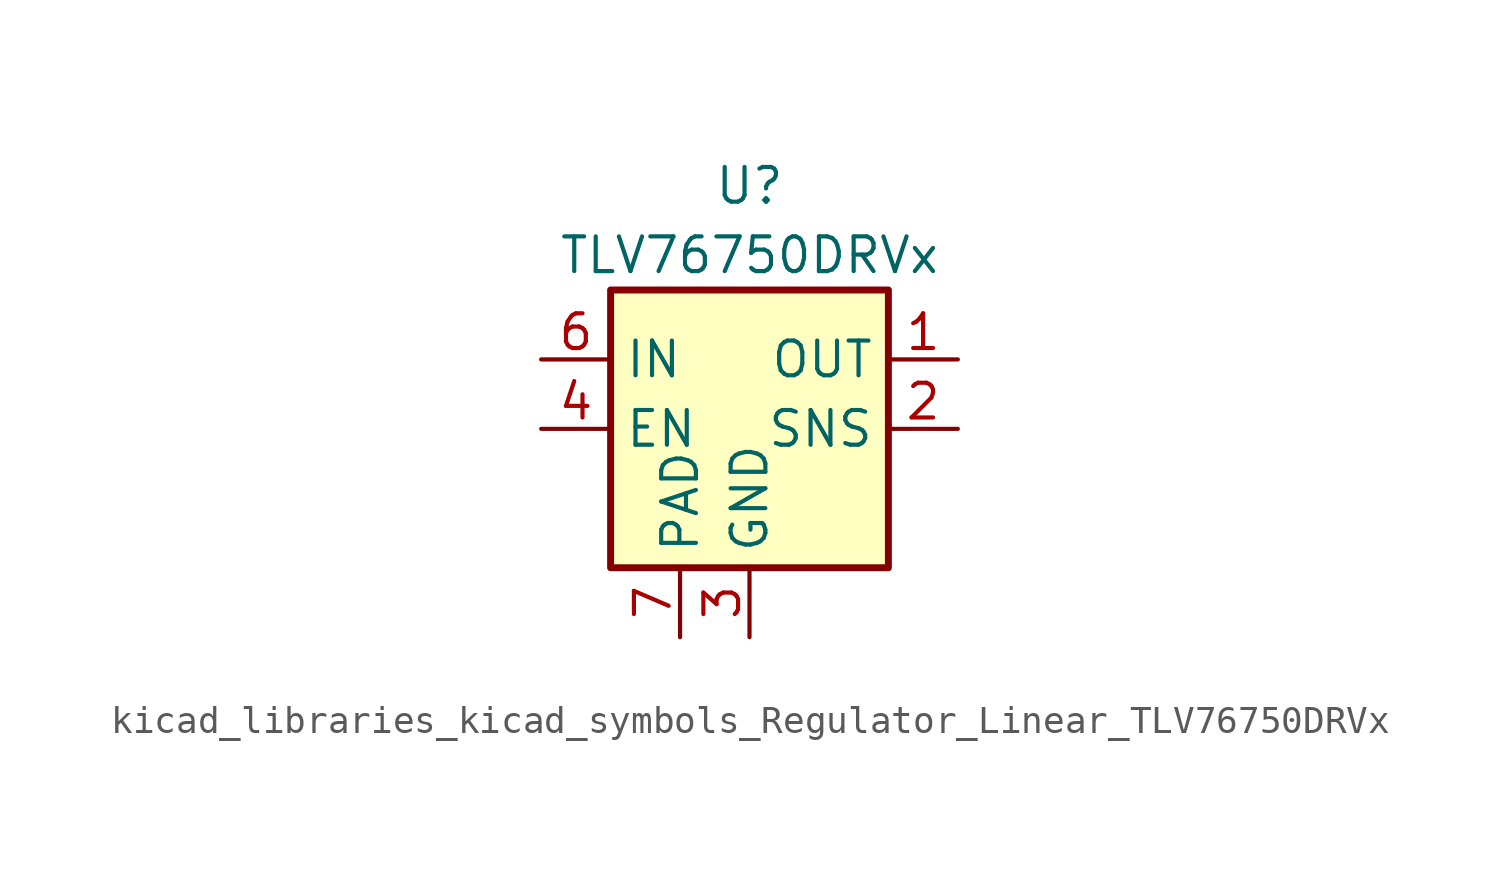
<source format=kicad_sym>
(kicad_symbol_lib
  (version 20220914)
  (generator kicad_symbol_editor)
  (symbol "kicad_libraries_kicad_symbols_Regulator_Linear_TLV76750DRVx"
    (property "Reference" "U"
      (at 0 8.89 0)
      (effects (font (size 1.27 1.27))))
    (property "Value" "TLV76750DRVx"
      (at 0 6.35 0)
      (effects (font (size 1.27 1.27))))
    (symbol "kicad_libraries_kicad_symbols_Regulator_Linear_TLV76750DRVx_0_1"
      (rectangle (start -5.08 -5.08) (end 5.08 5.08) (stroke (width 0.254) (type default)) (fill (type background))))
    (symbol "kicad_libraries_kicad_symbols_Regulator_Linear_TLV76750DRVx_1_1"
      (pin power_out line (at 7.62 2.54 180) (length 2.54) (name "OUT" (effects (font (size 1.27 1.27)))) (number "1" (effects (font (size 1.27 1.27)))))
      (pin input line (at 7.62 0 180) (length 2.54) (name "SNS" (effects (font (size 1.27 1.27)))) (number "2" (effects (font (size 1.27 1.27)))))
      (pin power_in line (at 0 -7.62 90) (length 2.54) (name "GND" (effects (font (size 1.27 1.27)))) (number "3" (effects (font (size 1.27 1.27)))))
      (pin input line (at -7.62 0 0) (length 2.54) (name "EN" (effects (font (size 1.27 1.27)))) (number "4" (effects (font (size 1.27 1.27)))))
      (pin passive line (at 0 -7.62 90) (length 2.54) hide (name "GND" (effects (font (size 1.27 1.27)))) (number "5" (effects (font (size 1.27 1.27)))))
      (pin power_in line (at -7.62 2.54 0) (length 2.54) (name "IN" (effects (font (size 1.27 1.27)))) (number "6" (effects (font (size 1.27 1.27)))))
      (pin passive line (at -2.54 -7.62 90) (length 2.54) (name "PAD" (effects (font (size 1.27 1.27)))) (number "7" (effects (font (size 1.27 1.27))))))))
</source>
